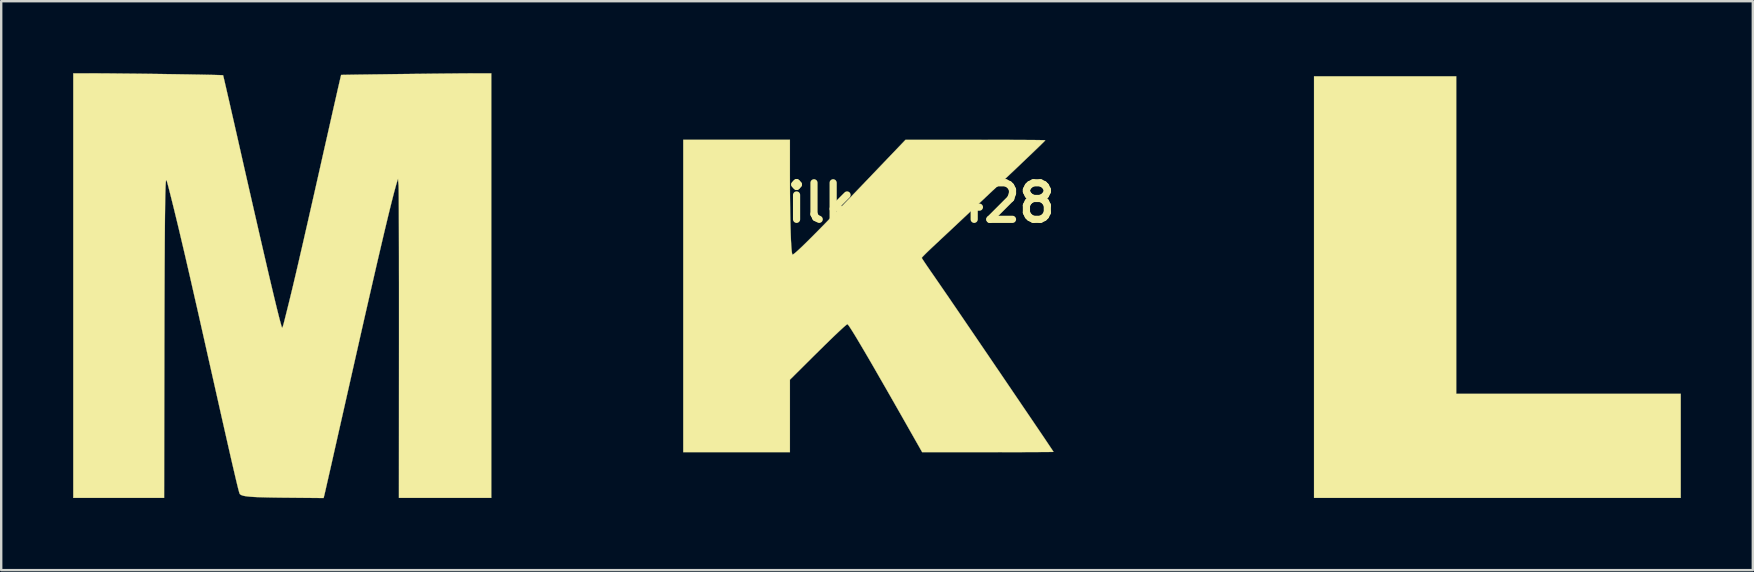
<source format=kicad_pcb>
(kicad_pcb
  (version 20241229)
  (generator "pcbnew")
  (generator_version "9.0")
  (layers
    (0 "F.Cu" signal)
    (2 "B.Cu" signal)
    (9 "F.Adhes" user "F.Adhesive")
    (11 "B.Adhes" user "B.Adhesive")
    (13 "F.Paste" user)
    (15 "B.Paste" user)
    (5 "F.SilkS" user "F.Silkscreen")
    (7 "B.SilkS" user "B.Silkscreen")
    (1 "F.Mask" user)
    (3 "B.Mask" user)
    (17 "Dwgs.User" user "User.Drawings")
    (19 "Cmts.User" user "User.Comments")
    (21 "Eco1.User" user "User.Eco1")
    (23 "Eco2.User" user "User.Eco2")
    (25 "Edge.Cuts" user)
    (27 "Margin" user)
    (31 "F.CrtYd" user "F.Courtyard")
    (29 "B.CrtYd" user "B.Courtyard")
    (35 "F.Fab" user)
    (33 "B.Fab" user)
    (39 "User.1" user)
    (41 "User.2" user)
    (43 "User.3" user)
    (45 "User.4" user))
  (footprint "F.Silk_g1428"
    (layer "F.Cu")
    (at 33.596 5.402)
    (property "Reference" "F.Silk_g1428" (at 0 0 0) (layer "F.SilkS") (effects (font (size 1.524 1.524) (thickness 0.3))))
    (attr through_hole)
    (fp_poly (pts (xy 24.045 7.959) (xy 33.401 7.959) (xy 33.401 12.298) (xy 18.119 12.298) (xy 18.119 -5.271) (xy 24.045 -5.271) (xy 24.045 7.959)) (stroke (width 0.01) (type solid)) (fill yes) (layer "F.SilkS"))
    (fp_poly (pts (xy -3.725 -1.169) (xy -3.724 -0.741) (xy -3.722 -0.335) (xy -3.718 0.047) (xy -3.714 0.402) (xy -3.708 0.729) (xy -3.7 1.027) (xy -3.692 1.294) (xy -3.683 1.528) (xy -3.672 1.729) (xy -3.661 1.893) (xy -3.649 2.02) (xy -3.636 2.107) (xy -3.622 2.155) (xy -3.621 2.155) (xy -3.605 2.156) (xy -3.57 2.136) (xy -3.514 2.093) (xy -3.437 2.027) (xy -3.34 1.938) (xy -3.22 1.825) (xy -3.078 1.687) (xy -2.913 1.524) (xy -2.725 1.336) (xy -2.512 1.121) (xy -2.275 0.879) (xy -2.012 0.609) (xy -1.723 0.312) (xy -1.408 -0.014) (xy -1.066 -0.37) (xy -0.696 -0.755) (xy -0.301 -1.168) (xy 1.09 -2.622) (xy 4.008 -2.623) (xy 4.394 -2.624) (xy 4.761 -2.623) (xy 5.105 -2.623) (xy 5.425 -2.622) (xy 5.719 -2.621) (xy 5.985 -2.62) (xy 6.221 -2.618) (xy 6.427 -2.617) (xy 6.599 -2.615) (xy 6.736 -2.613) (xy 6.836 -2.611) (xy 6.897 -2.608) (xy 6.918 -2.606) (xy 6.918 -2.606) (xy 6.9 -2.584) (xy 6.851 -2.533) (xy 6.773 -2.456) (xy 6.667 -2.352) (xy 6.532 -2.222) (xy 6.37 -2.066) (xy 6.182 -1.887) (xy 5.968 -1.683) (xy 5.73 -1.456) (xy 5.467 -1.207) (xy 5.18 -0.937) (xy 4.872 -0.646) (xy 4.541 -0.334) (xy 4.189 -0.003) (xy 3.817 0.346) (xy 3.426 0.714) (xy 3.016 1.099) (xy 2.587 1.5) (xy 2.18 1.881) (xy 2.071 1.985) (xy 1.972 2.08) (xy 1.889 2.163) (xy 1.825 2.229) (xy 1.784 2.274) (xy 1.77 2.295) (xy 1.782 2.319) (xy 1.816 2.372) (xy 1.868 2.452) (xy 1.935 2.552) (xy 2.014 2.669) (xy 2.103 2.797) (xy 2.131 2.839) (xy 2.246 3.004) (xy 2.375 3.191) (xy 2.518 3.398) (xy 2.675 3.627) (xy 2.848 3.878) (xy 3.036 4.154) (xy 3.242 4.454) (xy 3.464 4.78) (xy 3.704 5.132) (xy 3.963 5.512) (xy 4.24 5.92) (xy 4.538 6.357) (xy 4.855 6.824) (xy 5.194 7.322) (xy 5.554 7.853) (xy 5.936 8.416) (xy 6.341 9.012) (xy 6.547 9.316) (xy 6.675 9.505) (xy 6.796 9.683) (xy 6.907 9.848) (xy 7.006 9.996) (xy 7.092 10.125) (xy 7.163 10.23) (xy 7.216 10.31) (xy 7.249 10.361) (xy 7.26 10.38) (xy 7.239 10.382) (xy 7.179 10.383) (xy 7.081 10.385) (xy 6.948 10.386) (xy 6.783 10.387) (xy 6.588 10.388) (xy 6.365 10.389) (xy 6.118 10.39) (xy 5.848 10.391) (xy 5.559 10.392) (xy 5.252 10.392) (xy 4.93 10.393) (xy 4.596 10.393) (xy 4.524 10.393) (xy 1.787 10.393) (xy 1.027 9.054) (xy 0.732 8.535) (xy 0.457 8.053) (xy 0.202 7.608) (xy -0.033 7.2) (xy -0.247 6.827) (xy -0.442 6.491) (xy -0.618 6.191) (xy -0.774 5.927) (xy -0.91 5.698) (xy -1.027 5.504) (xy -1.125 5.346) (xy -1.204 5.222) (xy -1.264 5.133) (xy -1.305 5.079) (xy -1.327 5.059) (xy -1.328 5.059) (xy -1.355 5.074) (xy -1.41 5.118) (xy -1.493 5.19) (xy -1.602 5.29) (xy -1.735 5.415) (xy -1.893 5.565) (xy -2.073 5.739) (xy -2.275 5.936) (xy -2.497 6.155) (xy -2.739 6.393) (xy -2.789 6.443) (xy -3.725 7.373) (xy -3.725 10.393) (xy -8.17 10.393) (xy -8.17 -2.625) (xy -3.725 -2.625) (xy -3.725 -1.169)) (stroke (width 0.01) (type solid)) (fill yes) (layer "F.SilkS"))
    (fp_poly (pts (xy -16.171 12.298) (xy -20.02 12.298) (xy -20.017 5.9) (xy -20.017 5.205) (xy -20.017 4.547) (xy -20.017 3.925) (xy -20.017 3.34) (xy -20.018 2.792) (xy -20.018 2.282) (xy -20.019 1.81) (xy -20.02 1.377) (xy -20.021 0.982) (xy -20.022 0.627) (xy -20.023 0.311) (xy -20.025 0.035) (xy -20.026 -0.2) (xy -20.028 -0.395) (xy -20.03 -0.549) (xy -20.032 -0.661) (xy -20.034 -0.732) (xy -20.036 -0.751) (xy -20.057 -1.005) (xy -20.104 -0.856) (xy -20.138 -0.741) (xy -20.178 -0.597) (xy -20.225 -0.424) (xy -20.277 -0.222) (xy -20.336 0.011) (xy -20.402 0.276) (xy -20.474 0.572) (xy -20.553 0.901) (xy -20.64 1.264) (xy -20.733 1.661) (xy -20.834 2.093) (xy -20.943 2.56) (xy -21.059 3.064) (xy -21.183 3.605) (xy -21.316 4.183) (xy -21.457 4.8) (xy -21.606 5.457) (xy -21.763 6.153) (xy -21.92 6.847) (xy -22.048 7.414) (xy -22.167 7.94) (xy -22.277 8.428) (xy -22.379 8.879) (xy -22.473 9.294) (xy -22.559 9.674) (xy -22.637 10.022) (xy -22.709 10.338) (xy -22.773 10.624) (xy -22.831 10.881) (xy -22.883 11.11) (xy -22.93 11.314) (xy -22.97 11.492) (xy -23.006 11.648) (xy -23.036 11.782) (xy -23.062 11.895) (xy -23.083 11.989) (xy -23.101 12.065) (xy -23.115 12.125) (xy -23.125 12.17) (xy -23.133 12.201) (xy -23.138 12.22) (xy -23.138 12.221) (xy -23.16 12.304) (xy -24.56 12.291) (xy -24.903 12.288) (xy -25.205 12.284) (xy -25.471 12.279) (xy -25.701 12.273) (xy -25.9 12.267) (xy -26.069 12.259) (xy -26.21 12.249) (xy -26.328 12.238) (xy -26.423 12.225) (xy -26.499 12.21) (xy -26.558 12.193) (xy -26.603 12.173) (xy -26.636 12.151) (xy -26.653 12.134) (xy -26.66 12.121) (xy -26.67 12.091) (xy -26.684 12.044) (xy -26.702 11.979) (xy -26.724 11.895) (xy -26.75 11.789) (xy -26.781 11.662) (xy -26.817 11.511) (xy -26.858 11.336) (xy -26.905 11.135) (xy -26.958 10.908) (xy -27.017 10.652) (xy -27.082 10.367) (xy -27.154 10.051) (xy -27.233 9.703) (xy -27.319 9.323) (xy -27.413 8.908) (xy -27.514 8.458) (xy -27.624 7.97) (xy -27.742 7.445) (xy -27.869 6.881) (xy -27.972 6.424) (xy -28.117 5.778) (xy -28.254 5.171) (xy -28.382 4.602) (xy -28.504 4.068) (xy -28.618 3.567) (xy -28.725 3.097) (xy -28.827 2.657) (xy -28.922 2.244) (xy -29.013 1.856) (xy -29.099 1.491) (xy -29.18 1.147) (xy -29.258 0.823) (xy -29.333 0.515) (xy -29.404 0.223) (xy -29.465 -0.022) (xy -29.521 -0.246) (xy -29.568 -0.432) (xy -29.606 -0.583) (xy -29.637 -0.703) (xy -29.662 -0.794) (xy -29.681 -0.861) (xy -29.695 -0.906) (xy -29.706 -0.932) (xy -29.714 -0.943) (xy -29.72 -0.942) (xy -29.726 -0.932) (xy -29.726 -0.931) (xy -29.732 -0.903) (xy -29.737 -0.85) (xy -29.742 -0.77) (xy -29.747 -0.664) (xy -29.751 -0.529) (xy -29.756 -0.365) (xy -29.76 -0.172) (xy -29.764 0.051) (xy -29.767 0.306) (xy -29.771 0.593) (xy -29.774 0.913) (xy -29.777 1.266) (xy -29.78 1.654) (xy -29.782 2.077) (xy -29.785 2.536) (xy -29.787 3.033) (xy -29.789 3.567) (xy -29.791 4.14) (xy -29.793 4.752) (xy -29.794 5.404) (xy -29.796 6.098) (xy -29.796 6.493) (xy -29.807 12.298) (xy -33.592 12.298) (xy -33.592 -5.397) (xy -33.036 -5.397) (xy -32.831 -5.396) (xy -32.603 -5.395) (xy -32.354 -5.394) (xy -32.087 -5.392) (xy -31.805 -5.389) (xy -31.51 -5.386) (xy -31.206 -5.383) (xy -30.895 -5.38) (xy -30.581 -5.376) (xy -30.265 -5.372) (xy -29.952 -5.368) (xy -29.643 -5.363) (xy -29.342 -5.359) (xy -29.051 -5.354) (xy -28.774 -5.35) (xy -28.513 -5.345) (xy -28.271 -5.341) (xy -28.05 -5.336) (xy -27.855 -5.332) (xy -27.687 -5.328) (xy -27.55 -5.324) (xy -27.446 -5.321) (xy -27.378 -5.317) (xy -27.349 -5.315) (xy -27.348 -5.314) (xy -27.342 -5.291) (xy -27.327 -5.229) (xy -27.303 -5.131) (xy -27.273 -4.999) (xy -27.235 -4.836) (xy -27.191 -4.645) (xy -27.141 -4.427) (xy -27.085 -4.186) (xy -27.026 -3.924) (xy -26.962 -3.644) (xy -26.894 -3.348) (xy -26.824 -3.038) (xy -26.767 -2.789) (xy -26.598 -2.042) (xy -26.438 -1.335) (xy -26.286 -0.669) (xy -26.143 -0.042) (xy -26.008 0.547) (xy -25.882 1.097) (xy -25.764 1.61) (xy -25.654 2.086) (xy -25.552 2.526) (xy -25.458 2.931) (xy -25.371 3.301) (xy -25.291 3.637) (xy -25.219 3.94) (xy -25.154 4.209) (xy -25.096 4.447) (xy -25.044 4.653) (xy -25 4.828) (xy -24.961 4.973) (xy -24.929 5.089) (xy -24.922 5.114) (xy -24.912 5.152) (xy -24.902 5.181) (xy -24.894 5.199) (xy -24.884 5.202) (xy -24.873 5.188) (xy -24.859 5.152) (xy -24.84 5.092) (xy -24.816 5.005) (xy -24.786 4.887) (xy -24.748 4.736) (xy -24.701 4.548) (xy -24.681 4.467) (xy -24.64 4.302) (xy -24.598 4.134) (xy -24.556 3.961) (xy -24.512 3.78) (xy -24.466 3.59) (xy -24.418 3.389) (xy -24.368 3.176) (xy -24.314 2.949) (xy -24.258 2.707) (xy -24.197 2.446) (xy -24.133 2.166) (xy -24.063 1.866) (xy -23.989 1.543) (xy -23.91 1.195) (xy -23.824 0.821) (xy -23.733 0.419) (xy -23.635 -0.012) (xy -23.53 -0.475) (xy -23.418 -0.97) (xy -23.298 -1.501) (xy -23.171 -2.068) (xy -23.034 -2.673) (xy -22.914 -3.204) (xy -22.848 -3.496) (xy -22.785 -3.777) (xy -22.725 -4.042) (xy -22.668 -4.291) (xy -22.616 -4.519) (xy -22.57 -4.725) (xy -22.528 -4.905) (xy -22.493 -5.057) (xy -22.465 -5.177) (xy -22.445 -5.265) (xy -22.432 -5.315) (xy -22.429 -5.328) (xy -22.407 -5.329) (xy -22.346 -5.331) (xy -22.248 -5.333) (xy -22.117 -5.335) (xy -21.956 -5.338) (xy -21.766 -5.341) (xy -21.553 -5.344) (xy -21.317 -5.347) (xy -21.063 -5.351) (xy -20.793 -5.354) (xy -20.511 -5.358) (xy -20.218 -5.362) (xy -19.919 -5.366) (xy -19.616 -5.369) (xy -19.311 -5.373) (xy -19.009 -5.376) (xy -18.712 -5.38) (xy -18.422 -5.383) (xy -18.144 -5.386) (xy -17.879 -5.388) (xy -17.631 -5.391) (xy -17.402 -5.393) (xy -17.197 -5.394) (xy -17.017 -5.396) (xy -16.865 -5.397) (xy -16.745 -5.397) (xy -16.738 -5.397) (xy -16.171 -5.397) (xy -16.171 12.298)) (stroke (width 0.01) (type solid)) (fill yes) (layer "F.SilkS")))
  (gr_rect
    (start -3 -3)
    (end 70.002 20.711)
    (stroke (width 0.1) (type default))
    (fill no)
    (layer "Edge.Cuts")))
</source>
